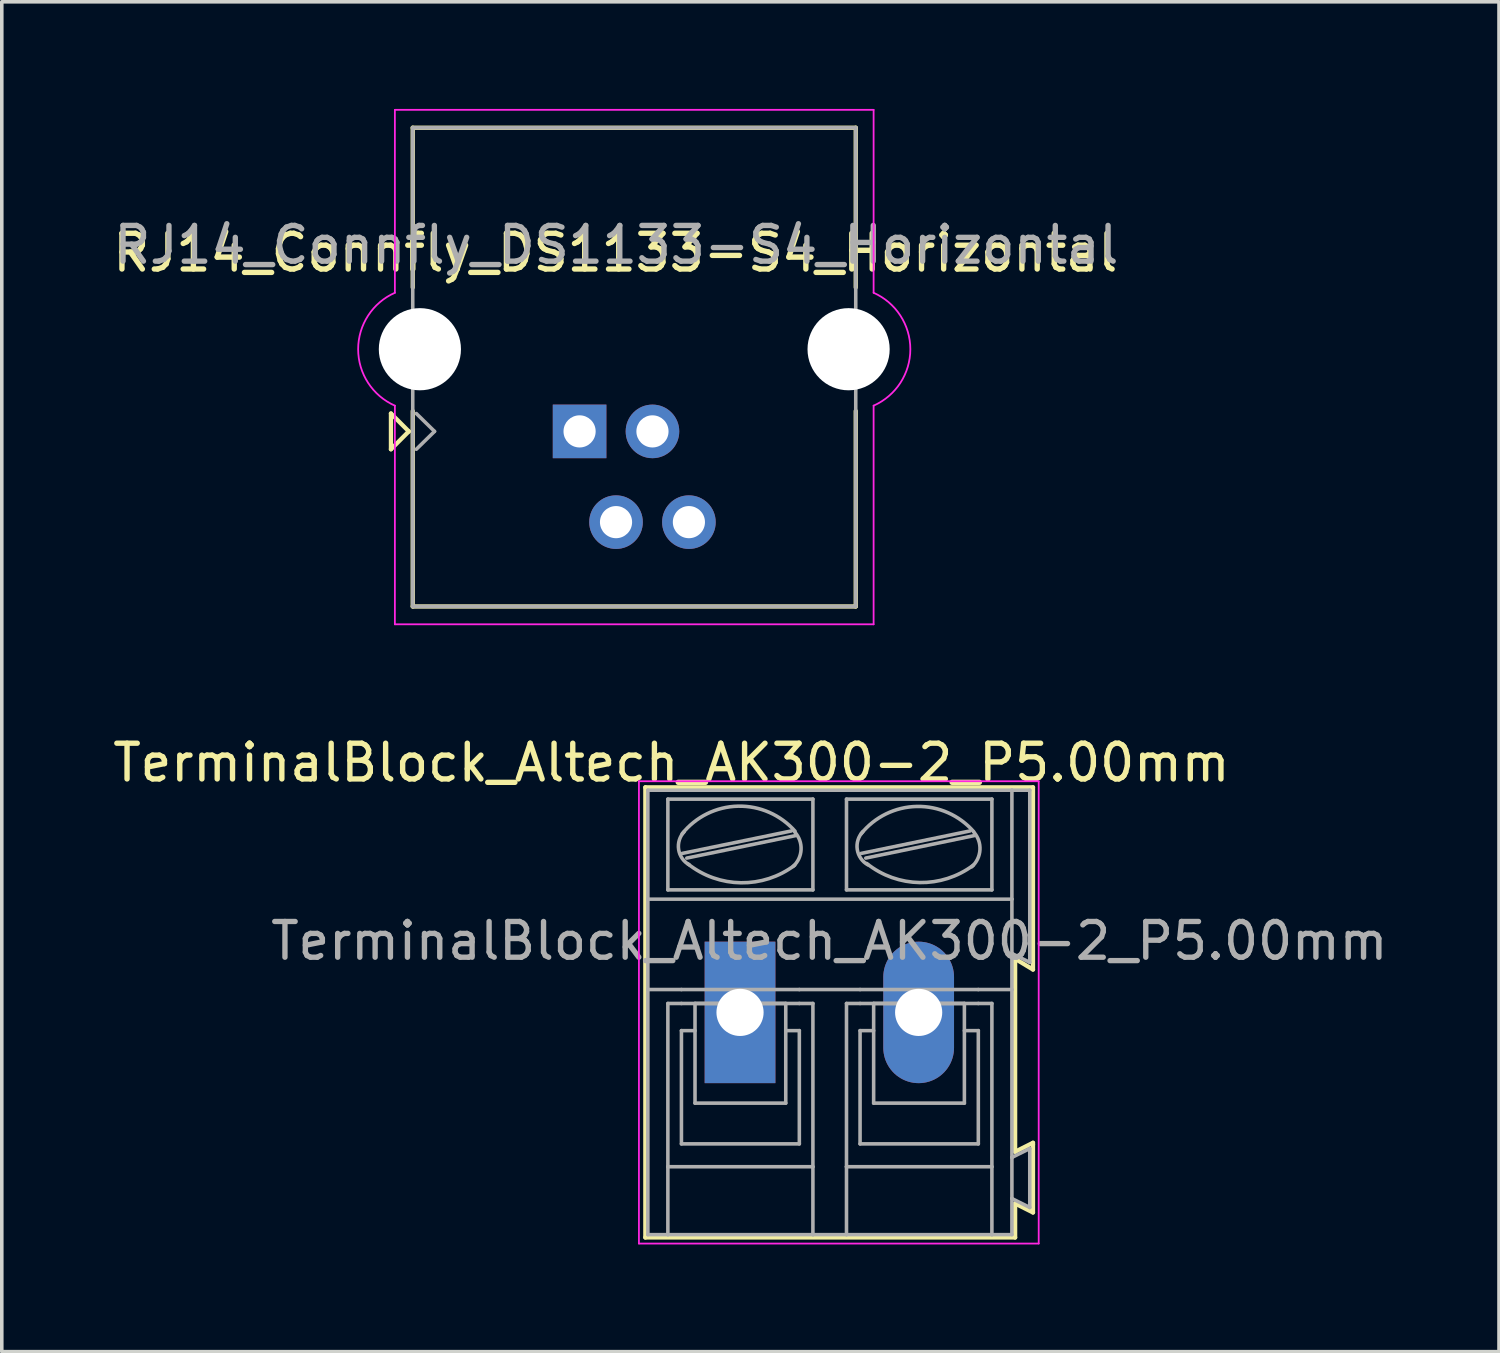
<source format=kicad_pcb>
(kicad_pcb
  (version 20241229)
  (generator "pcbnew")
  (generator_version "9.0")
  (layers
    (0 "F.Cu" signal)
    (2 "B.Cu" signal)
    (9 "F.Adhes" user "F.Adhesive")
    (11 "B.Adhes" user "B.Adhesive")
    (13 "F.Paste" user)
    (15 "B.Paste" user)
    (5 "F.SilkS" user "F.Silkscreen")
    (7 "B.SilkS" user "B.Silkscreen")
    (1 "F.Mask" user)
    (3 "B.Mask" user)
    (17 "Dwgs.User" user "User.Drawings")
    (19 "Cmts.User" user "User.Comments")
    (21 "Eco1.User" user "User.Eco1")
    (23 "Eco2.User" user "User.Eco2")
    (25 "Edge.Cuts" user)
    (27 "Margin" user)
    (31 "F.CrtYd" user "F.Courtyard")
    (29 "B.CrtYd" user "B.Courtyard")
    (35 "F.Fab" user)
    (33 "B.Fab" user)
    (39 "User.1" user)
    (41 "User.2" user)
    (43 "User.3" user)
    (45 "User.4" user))
  (footprint "RJ14_Connfly_DS1133-S4_Horizontal"
    (layer "F.Cu")
    (at 13.173 9.025)
    (property "Reference" "RJ14_Connfly_DS1133-S4_Horizontal" (at 1 -5 0) (layer "F.SilkS") (effects (font (size 1 1) (thickness 0.15))))
    (attr through_hole)
    (fp_line (start -5.28 -0.5) (end -4.78 0) (stroke (width 0.12) (type solid)) (layer "F.SilkS"))
    (fp_line (start -5.28 0.5) (end -5.28 -0.5) (stroke (width 0.12) (type solid)) (layer "F.SilkS"))
    (fp_line (start -4.78 0) (end -5.28 0.5) (stroke (width 0.12) (type solid)) (layer "F.SilkS"))
    (fp_line (start -4.67 -8.5) (end -4.67 -4.03) (stroke (width 0.12) (type solid)) (layer "F.SilkS"))
    (fp_line (start -4.67 -8.5) (end 7.73 -8.5) (stroke (width 0.12) (type solid)) (layer "F.SilkS"))
    (fp_line (start -4.67 4.9) (end -4.67 -0.57) (stroke (width 0.12) (type solid)) (layer "F.SilkS"))
    (fp_line (start 7.73 -8.5) (end 7.73 -4.03) (stroke (width 0.12) (type solid)) (layer "F.SilkS"))
    (fp_line (start 7.73 -0.57) (end 7.73 4.9) (stroke (width 0.12) (type solid)) (layer "F.SilkS"))
    (fp_line (start 7.73 4.9) (end -4.67 4.9) (stroke (width 0.12) (type solid)) (layer "F.SilkS"))
    (fp_line (start -5.17 -9) (end 8.23 -9) (stroke (width 0.05) (type solid)) (layer "F.CrtYd"))
    (fp_line (start -5.17 -3.88) (end -5.17 -9) (stroke (width 0.05) (type solid)) (layer "F.CrtYd"))
    (fp_line (start -5.17 5.4) (end -5.17 -0.72) (stroke (width 0.05) (type solid)) (layer "F.CrtYd"))
    (fp_line (start 8.23 -9) (end 8.23 -3.88) (stroke (width 0.05) (type solid)) (layer "F.CrtYd"))
    (fp_line (start 8.23 5.4) (end -5.17 5.4) (stroke (width 0.05) (type solid)) (layer "F.CrtYd"))
    (fp_line (start 8.23 5.4) (end 8.23 -0.72) (stroke (width 0.05) (type solid)) (layer "F.CrtYd"))
    (fp_arc (start -5.17 -0.72) (mid -6.19812 -2.3) (end -5.17 -3.88) (stroke (width 0.05) (type solid)) (layer "F.CrtYd"))
    (fp_arc (start 8.23 -3.88) (mid 9.25812 -2.3) (end 8.23 -0.72) (stroke (width 0.05) (type solid)) (layer "F.CrtYd"))
    (fp_line (start -4.67 -8.5) (end 7.73 -8.5) (stroke (width 0.1) (type solid)) (layer "F.Fab"))
    (fp_line (start -4.67 4.9) (end -4.67 -8.5) (stroke (width 0.1) (type solid)) (layer "F.Fab"))
    (fp_line (start -4.57 -0.5) (end -4.06 0) (stroke (width 0.1) (type solid)) (layer "F.Fab"))
    (fp_line (start -4.06 0) (end -4.57 0.5) (stroke (width 0.1) (type solid)) (layer "F.Fab"))
    (fp_line (start 7.73 -8.5) (end 7.73 4.9) (stroke (width 0.1) (type solid)) (layer "F.Fab"))
    (fp_line (start 7.73 4.9) (end -4.67 4.9) (stroke (width 0.1) (type solid)) (layer "F.Fab"))
    (fp_text user "${REFERENCE}" (at 1.03 -5.22 0) (layer "F.Fab") (effects (font (size 1 1) (thickness 0.15))))
    (pad "" np_thru_hole circle (at -4.47 -2.3 180) (size 2.3 2.3) (drill 2.3) (layers "*.Cu" "*.Mask"))
    (pad "" np_thru_hole circle (at 7.53 -2.3 180) (size 2.3 2.3) (drill 2.3) (layers "*.Cu" "*.Mask"))
    (pad "1" thru_hole rect (at 0 0 180) (size 1.5 1.5) (drill 0.9) (layers "*.Cu" "*.Mask"))
    (pad "2" thru_hole circle (at 1.02 2.54 180) (size 1.5 1.5) (drill 0.9) (layers "*.Cu" "*.Mask"))
    (pad "3" thru_hole circle (at 2.04 0 180) (size 1.5 1.5) (drill 0.9) (layers "*.Cu" "*.Mask"))
    (pad "4" thru_hole circle (at 3.06 2.54 180) (size 1.5 1.5) (drill 0.9) (layers "*.Cu" "*.Mask")))
  (footprint "TerminalBlock_Altech_AK300-2_P5.00mm"
    (layer "F.Cu")
    (at 17.664 25.288)
    (property "Reference" "TerminalBlock_Altech_AK300-2_P5.00mm" (at -1.92 -6.99 0) (layer "F.SilkS") (effects (font (size 1 1) (thickness 0.15))))
    (attr through_hole)
    (fp_line (start -2.65 -6.3) (end -2.65 6.3) (stroke (width 0.12) (type solid)) (layer "F.SilkS"))
    (fp_line (start -2.65 6.3) (end 7.7 6.3) (stroke (width 0.12) (type solid)) (layer "F.SilkS"))
    (fp_line (start 7.7 -1.5) (end 8.2 -1.2) (stroke (width 0.12) (type solid)) (layer "F.SilkS"))
    (fp_line (start 7.7 3.9) (end 7.7 -1.5) (stroke (width 0.12) (type solid)) (layer "F.SilkS"))
    (fp_line (start 7.7 5.35) (end 8.2 5.6) (stroke (width 0.12) (type solid)) (layer "F.SilkS"))
    (fp_line (start 7.7 6.3) (end 7.7 5.35) (stroke (width 0.12) (type solid)) (layer "F.SilkS"))
    (fp_line (start 8.2 -6.3) (end -2.65 -6.3) (stroke (width 0.12) (type solid)) (layer "F.SilkS"))
    (fp_line (start 8.2 -1.2) (end 8.2 -6.3) (stroke (width 0.12) (type solid)) (layer "F.SilkS"))
    (fp_line (start 8.2 3.65) (end 7.7 3.9) (stroke (width 0.12) (type solid)) (layer "F.SilkS"))
    (fp_line (start 8.2 3.7) (end 8.2 3.65) (stroke (width 0.12) (type solid)) (layer "F.SilkS"))
    (fp_line (start 8.2 5.6) (end 8.2 3.7) (stroke (width 0.12) (type solid)) (layer "F.SilkS"))
    (fp_line (start -2.83 -6.47) (end -2.83 6.47) (stroke (width 0.05) (type solid)) (layer "F.CrtYd"))
    (fp_line (start -2.83 -6.47) (end 8.36 -6.47) (stroke (width 0.05) (type solid)) (layer "F.CrtYd"))
    (fp_line (start 8.36 6.47) (end -2.83 6.47) (stroke (width 0.05) (type solid)) (layer "F.CrtYd"))
    (fp_line (start 8.36 6.47) (end 8.36 -6.47) (stroke (width 0.05) (type solid)) (layer "F.CrtYd"))
    (fp_line (start -2.58 -3.17) (end -2.58 -6.22) (stroke (width 0.1) (type solid)) (layer "F.Fab"))
    (fp_line (start -2.58 -3.17) (end 7.61 -3.17) (stroke (width 0.1) (type solid)) (layer "F.Fab"))
    (fp_line (start -2.58 -0.64) (end -2.58 -3.17) (stroke (width 0.1) (type solid)) (layer "F.Fab"))
    (fp_line (start -2.58 -0.64) (end -1.64 -0.64) (stroke (width 0.1) (type solid)) (layer "F.Fab"))
    (fp_line (start -2.58 6.22) (end -2.58 -0.64) (stroke (width 0.1) (type solid)) (layer "F.Fab"))
    (fp_line (start -2.58 6.22) (end -2.02 6.22) (stroke (width 0.1) (type solid)) (layer "F.Fab"))
    (fp_line (start -2.02 -3.43) (end -2.02 -5.97) (stroke (width 0.1) (type solid)) (layer "F.Fab"))
    (fp_line (start -2.02 -0.25) (end -2.02 4.32) (stroke (width 0.1) (type solid)) (layer "F.Fab"))
    (fp_line (start -2.02 -0.25) (end -1.64 -0.25) (stroke (width 0.1) (type solid)) (layer "F.Fab"))
    (fp_line (start -2.02 4.32) (end -2.02 6.22) (stroke (width 0.1) (type solid)) (layer "F.Fab"))
    (fp_line (start -2.02 6.22) (end 2.04 6.22) (stroke (width 0.1) (type solid)) (layer "F.Fab"))
    (fp_line (start -1.64 -0.64) (end 1.66 -0.64) (stroke (width 0.1) (type solid)) (layer "F.Fab"))
    (fp_line (start -1.64 0.51) (end -1.26 0.51) (stroke (width 0.1) (type solid)) (layer "F.Fab"))
    (fp_line (start -1.64 3.68) (end -1.64 0.51) (stroke (width 0.1) (type solid)) (layer "F.Fab"))
    (fp_line (start -1.62 -4.45) (end 1.44 -5.08) (stroke (width 0.1) (type solid)) (layer "F.Fab"))
    (fp_line (start -1.49 -4.32) (end 1.56 -4.95) (stroke (width 0.1) (type solid)) (layer "F.Fab"))
    (fp_line (start -1.26 -0.25) (end 1.28 -0.25) (stroke (width 0.1) (type solid)) (layer "F.Fab"))
    (fp_line (start -1.26 2.54) (end -1.26 -0.25) (stroke (width 0.1) (type solid)) (layer "F.Fab"))
    (fp_line (start -1.26 2.54) (end 1.28 2.54) (stroke (width 0.1) (type solid)) (layer "F.Fab"))
    (fp_line (start 1.28 2.54) (end 1.28 -0.25) (stroke (width 0.1) (type solid)) (layer "F.Fab"))
    (fp_line (start 1.66 -0.64) (end 3.36 -0.64) (stroke (width 0.1) (type solid)) (layer "F.Fab"))
    (fp_line (start 1.66 -0.25) (end -1.64 -0.25) (stroke (width 0.1) (type solid)) (layer "F.Fab"))
    (fp_line (start 1.66 0.51) (end 1.28 0.51) (stroke (width 0.1) (type solid)) (layer "F.Fab"))
    (fp_line (start 1.66 3.68) (end -1.64 3.68) (stroke (width 0.1) (type solid)) (layer "F.Fab"))
    (fp_line (start 1.66 3.68) (end 1.66 0.51) (stroke (width 0.1) (type solid)) (layer "F.Fab"))
    (fp_line (start 2.04 -5.97) (end -2.02 -5.97) (stroke (width 0.1) (type solid)) (layer "F.Fab"))
    (fp_line (start 2.04 -3.43) (end -2.02 -3.43) (stroke (width 0.1) (type solid)) (layer "F.Fab"))
    (fp_line (start 2.04 -3.43) (end 2.04 -5.97) (stroke (width 0.1) (type solid)) (layer "F.Fab"))
    (fp_line (start 2.04 -0.25) (end 1.66 -0.25) (stroke (width 0.1) (type solid)) (layer "F.Fab"))
    (fp_line (start 2.04 4.32) (end -2.02 4.32) (stroke (width 0.1) (type solid)) (layer "F.Fab"))
    (fp_line (start 2.04 4.32) (end 2.04 -0.25) (stroke (width 0.1) (type solid)) (layer "F.Fab"))
    (fp_line (start 2.04 6.22) (end 2.04 4.32) (stroke (width 0.1) (type solid)) (layer "F.Fab"))
    (fp_line (start 2.04 6.22) (end 2.98 6.22) (stroke (width 0.1) (type solid)) (layer "F.Fab"))
    (fp_line (start 2.98 -5.97) (end 7.05 -5.97) (stroke (width 0.1) (type solid)) (layer "F.Fab"))
    (fp_line (start 2.98 -3.43) (end 2.98 -5.97) (stroke (width 0.1) (type solid)) (layer "F.Fab"))
    (fp_line (start 2.98 -0.25) (end 3.36 -0.25) (stroke (width 0.1) (type solid)) (layer "F.Fab"))
    (fp_line (start 2.98 4.32) (end 2.98 -0.25) (stroke (width 0.1) (type solid)) (layer "F.Fab"))
    (fp_line (start 2.98 4.32) (end 7.05 4.32) (stroke (width 0.1) (type solid)) (layer "F.Fab"))
    (fp_line (start 2.98 6.22) (end 2.98 4.32) (stroke (width 0.1) (type solid)) (layer "F.Fab"))
    (fp_line (start 2.98 6.22) (end 7.05 6.22) (stroke (width 0.1) (type solid)) (layer "F.Fab"))
    (fp_line (start 3.36 -0.25) (end 6.67 -0.25) (stroke (width 0.1) (type solid)) (layer "F.Fab"))
    (fp_line (start 3.36 0.51) (end 3.74 0.51) (stroke (width 0.1) (type solid)) (layer "F.Fab"))
    (fp_line (start 3.36 3.68) (end 3.36 0.51) (stroke (width 0.1) (type solid)) (layer "F.Fab"))
    (fp_line (start 3.39 -4.45) (end 6.44 -5.08) (stroke (width 0.1) (type solid)) (layer "F.Fab"))
    (fp_line (start 3.52 -4.32) (end 6.56 -4.95) (stroke (width 0.1) (type solid)) (layer "F.Fab"))
    (fp_line (start 3.74 -0.25) (end 6.28 -0.25) (stroke (width 0.1) (type solid)) (layer "F.Fab"))
    (fp_line (start 3.74 2.54) (end 3.74 -0.25) (stroke (width 0.1) (type solid)) (layer "F.Fab"))
    (fp_line (start 3.74 2.54) (end 6.28 2.54) (stroke (width 0.1) (type solid)) (layer "F.Fab"))
    (fp_line (start 6.28 2.54) (end 6.28 -0.25) (stroke (width 0.1) (type solid)) (layer "F.Fab"))
    (fp_line (start 6.67 -0.64) (end 3.36 -0.64) (stroke (width 0.1) (type solid)) (layer "F.Fab"))
    (fp_line (start 6.67 0.51) (end 6.28 0.51) (stroke (width 0.1) (type solid)) (layer "F.Fab"))
    (fp_line (start 6.67 3.68) (end 3.36 3.68) (stroke (width 0.1) (type solid)) (layer "F.Fab"))
    (fp_line (start 6.67 3.68) (end 6.67 0.51) (stroke (width 0.1) (type solid)) (layer "F.Fab"))
    (fp_line (start 7.05 -5.97) (end 7.05 -3.43) (stroke (width 0.1) (type solid)) (layer "F.Fab"))
    (fp_line (start 7.05 -3.43) (end 2.98 -3.43) (stroke (width 0.1) (type solid)) (layer "F.Fab"))
    (fp_line (start 7.05 -0.25) (end 6.67 -0.25) (stroke (width 0.1) (type solid)) (layer "F.Fab"))
    (fp_line (start 7.05 -0.25) (end 7.05 4.32) (stroke (width 0.1) (type solid)) (layer "F.Fab"))
    (fp_line (start 7.05 4.32) (end 7.05 6.22) (stroke (width 0.1) (type solid)) (layer "F.Fab"))
    (fp_line (start 7.05 6.22) (end 7.61 6.22) (stroke (width 0.1) (type solid)) (layer "F.Fab"))
    (fp_line (start 7.61 -6.22) (end -2.58 -6.22) (stroke (width 0.1) (type solid)) (layer "F.Fab"))
    (fp_line (start 7.61 -6.22) (end 7.61 -3.17) (stroke (width 0.1) (type solid)) (layer "F.Fab"))
    (fp_line (start 7.61 -6.22) (end 8.11 -6.22) (stroke (width 0.1) (type solid)) (layer "F.Fab"))
    (fp_line (start 7.61 -3.17) (end 7.61 -1.65) (stroke (width 0.1) (type solid)) (layer "F.Fab"))
    (fp_line (start 7.61 -1.65) (end 7.61 -0.64) (stroke (width 0.1) (type solid)) (layer "F.Fab"))
    (fp_line (start 7.61 -0.64) (end 6.67 -0.64) (stroke (width 0.1) (type solid)) (layer "F.Fab"))
    (fp_line (start 7.61 -0.64) (end 7.61 4.06) (stroke (width 0.1) (type solid)) (layer "F.Fab"))
    (fp_line (start 7.61 4.06) (end 7.61 5.21) (stroke (width 0.1) (type solid)) (layer "F.Fab"))
    (fp_line (start 7.61 5.21) (end 7.61 6.22) (stroke (width 0.1) (type solid)) (layer "F.Fab"))
    (fp_line (start 8.11 -6.22) (end 8.11 -1.4) (stroke (width 0.1) (type solid)) (layer "F.Fab"))
    (fp_line (start 8.11 -1.4) (end 7.61 -1.65) (stroke (width 0.1) (type solid)) (layer "F.Fab"))
    (fp_line (start 8.11 3.81) (end 7.61 4.06) (stroke (width 0.1) (type solid)) (layer "F.Fab"))
    (fp_line (start 8.11 3.81) (end 8.11 5.46) (stroke (width 0.1) (type solid)) (layer "F.Fab"))
    (fp_line (start 8.11 5.46) (end 7.61 5.21) (stroke (width 0.1) (type solid)) (layer "F.Fab"))
    (fp_arc (start -1.62 -5) (mid -0.05669 -5.772528) (end 1.539976 -5.071534) (stroke (width 0.1) (type solid)) (layer "F.Fab"))
    (fp_arc (start -1.42 -4.13) (mid -1.718466 -4.559406) (end -1.562972 -5.058699) (stroke (width 0.1) (type solid)) (layer "F.Fab"))
    (fp_arc (start 1.53 -5.05) (mid 1.708693 -4.558754) (end 1.485619 -4.086005) (stroke (width 0.1) (type solid)) (layer "F.Fab"))
    (fp_arc (start 1.53 -4.12) (mid 0.02849 -3.628196) (end -1.459829 -4.158582) (stroke (width 0.1) (type solid)) (layer "F.Fab"))
    (fp_arc (start 3.39 -5) (mid 4.949737 -5.764867) (end 6.538239 -5.061686) (stroke (width 0.1) (type solid)) (layer "F.Fab"))
    (fp_arc (start 3.58 -4.13) (mid 3.281534 -4.559406) (end 3.437028 -5.058699) (stroke (width 0.1) (type solid)) (layer "F.Fab"))
    (fp_arc (start 6.53 -4.12) (mid 5.030583 -3.634318) (end 3.547667 -4.168263) (stroke (width 0.1) (type solid)) (layer "F.Fab"))
    (fp_arc (start 6.54 -5.05) (mid 6.715733 -4.551652) (end 6.485532 -4.076005) (stroke (width 0.1) (type solid)) (layer "F.Fab"))
    (fp_text user "${REFERENCE}" (at 2.5 -2 0) (layer "F.Fab") (effects (font (size 1 1) (thickness 0.15))))
    (pad "1" thru_hole rect (at 0 0) (size 1.98 3.96) (drill 1.32) (layers "*.Cu" "*.Mask"))
    (pad "2" thru_hole oval (at 5 0) (size 1.98 3.96) (drill 1.32) (layers "*.Cu" "*.Mask")))
  (gr_rect
    (start -3 -3)
    (end 38.908 34.783)
    (stroke (width 0.1) (type default))
    (fill no)
    (layer "Edge.Cuts")))
</source>
